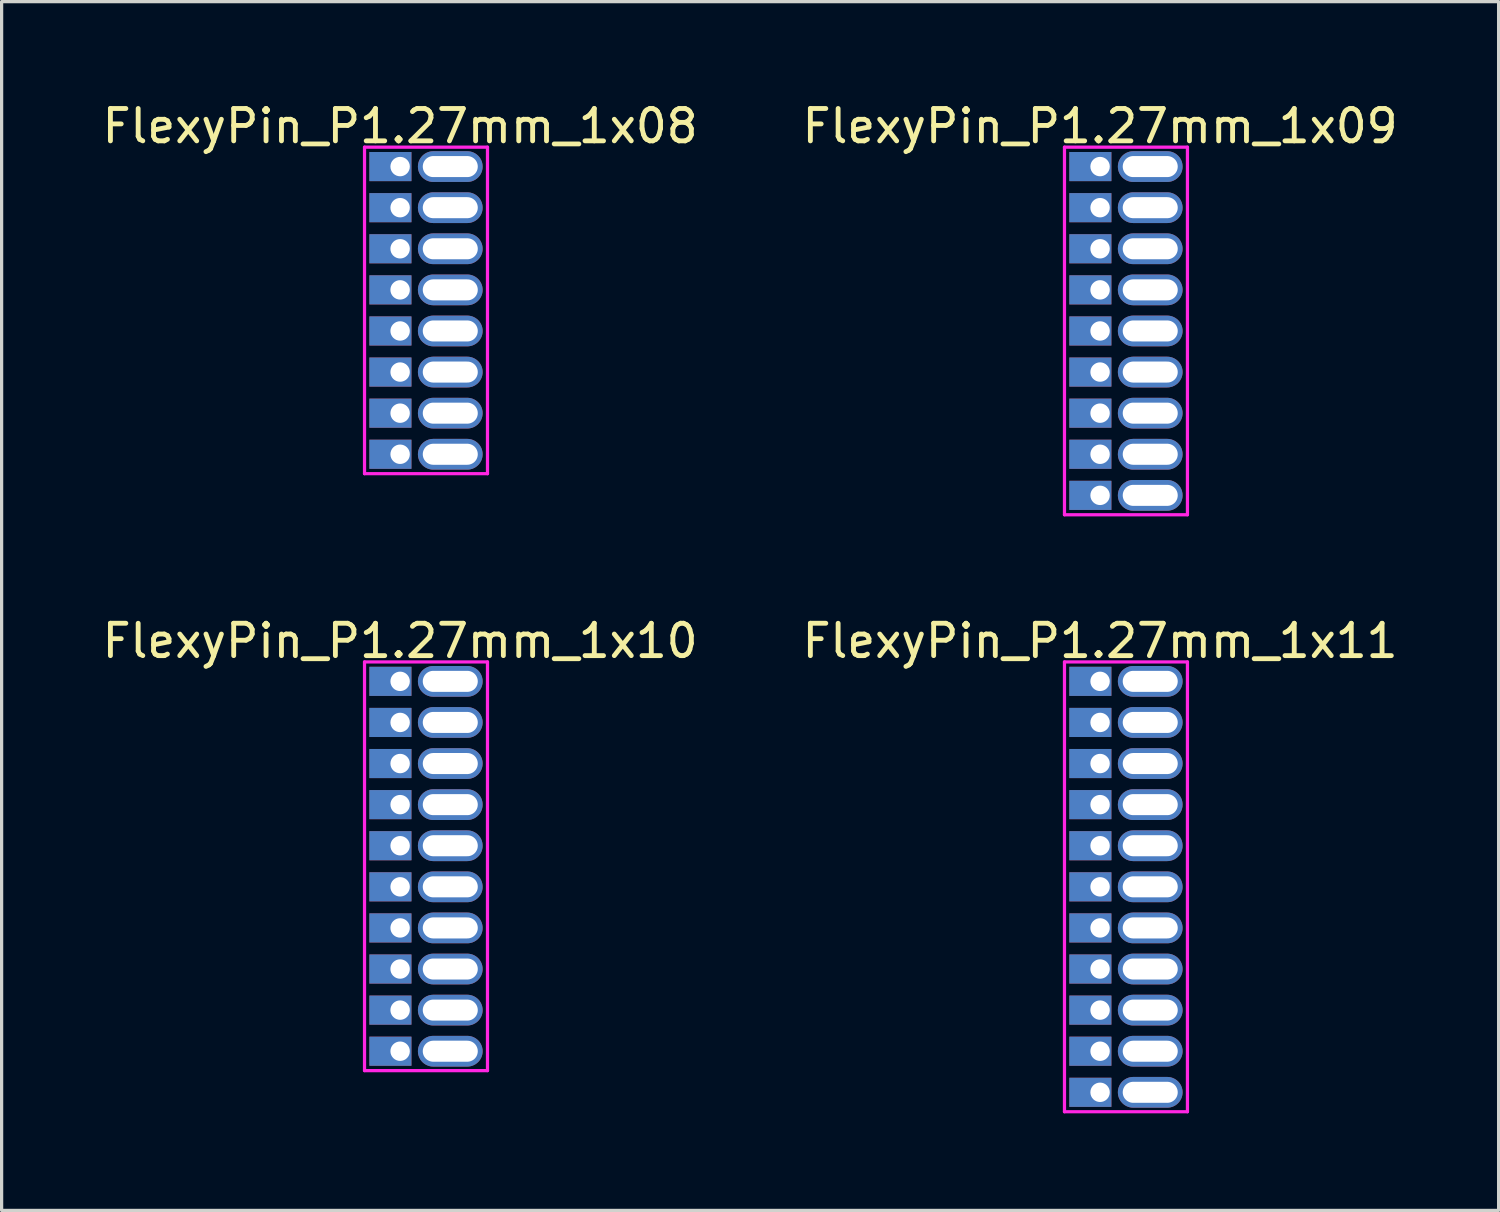
<source format=kicad_pcb>
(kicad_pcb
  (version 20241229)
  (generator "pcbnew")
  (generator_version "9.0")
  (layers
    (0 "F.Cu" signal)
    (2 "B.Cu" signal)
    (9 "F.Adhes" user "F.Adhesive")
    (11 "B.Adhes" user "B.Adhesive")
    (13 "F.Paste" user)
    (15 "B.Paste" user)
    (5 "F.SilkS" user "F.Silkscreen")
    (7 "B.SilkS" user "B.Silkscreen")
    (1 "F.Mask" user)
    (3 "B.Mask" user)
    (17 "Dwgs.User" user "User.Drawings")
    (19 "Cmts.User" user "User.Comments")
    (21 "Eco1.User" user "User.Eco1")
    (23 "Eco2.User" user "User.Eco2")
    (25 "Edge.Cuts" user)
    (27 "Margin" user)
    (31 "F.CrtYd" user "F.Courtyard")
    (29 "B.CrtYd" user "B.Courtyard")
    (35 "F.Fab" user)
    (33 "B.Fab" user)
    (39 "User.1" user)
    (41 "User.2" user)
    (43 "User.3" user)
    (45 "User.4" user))
  (footprint "FlexyPin_P1.27mm_1x10"
    (layer "F.Cu")
    (at 9.315 18.006)
    (property "Reference" "FlexyPin_P1.27mm_1x10" (at 0 -1.25 0) (layer "F.SilkS") (effects (font (size 1 1) (thickness 0.15))))
    (attr through_hole)
    (fp_line (start -1.1 -0.6) (end 2.7 -0.6) (stroke (width 0.1) (type solid)) (layer "F.CrtYd"))
    (fp_line (start -1.1 12.03) (end -1.1 -0.6) (stroke (width 0.1) (type solid)) (layer "F.CrtYd"))
    (fp_line (start 2.7 -0.6) (end 2.7 12.03) (stroke (width 0.1) (type solid)) (layer "F.CrtYd"))
    (fp_line (start 2.7 12.03) (end -1.1 12.03) (stroke (width 0.1) (type solid)) (layer "F.CrtYd"))
    (pad "" thru_hole oval (at 1.55 0) (size 2 0.95) (drill oval 1.7 0.65) (layers "*.Cu" "*.Mask"))
    (pad "" thru_hole oval (at 1.55 1.27) (size 2 0.95) (drill oval 1.7 0.65) (layers "*.Cu" "*.Mask"))
    (pad "" thru_hole oval (at 1.55 2.54) (size 2 0.95) (drill oval 1.7 0.65) (layers "*.Cu" "*.Mask"))
    (pad "" thru_hole oval (at 1.55 3.81) (size 2 0.95) (drill oval 1.7 0.65) (layers "*.Cu" "*.Mask"))
    (pad "" thru_hole oval (at 1.55 5.08) (size 2 0.95) (drill oval 1.7 0.65) (layers "*.Cu" "*.Mask"))
    (pad "" thru_hole oval (at 1.55 6.35) (size 2 0.95) (drill oval 1.7 0.65) (layers "*.Cu" "*.Mask"))
    (pad "" thru_hole oval (at 1.55 7.62) (size 2 0.95) (drill oval 1.7 0.65) (layers "*.Cu" "*.Mask"))
    (pad "" thru_hole oval (at 1.55 8.89) (size 2 0.95) (drill oval 1.7 0.65) (layers "*.Cu" "*.Mask"))
    (pad "" thru_hole oval (at 1.55 10.16) (size 2 0.95) (drill oval 1.7 0.65) (layers "*.Cu" "*.Mask"))
    (pad "" thru_hole oval (at 1.55 11.43) (size 2 0.95) (drill oval 1.7 0.65) (layers "*.Cu" "*.Mask"))
    (pad "1" thru_hole rect (at 0 0) (size 1.3 0.9) (drill 0.6 (offset -0.3 0)) (layers "*.Cu" "*.Mask"))
    (pad "2" thru_hole rect (at 0 1.27) (size 1.3 0.9) (drill 0.6 (offset -0.3 0)) (layers "*.Cu" "*.Mask"))
    (pad "3" thru_hole rect (at 0 2.54) (size 1.3 0.9) (drill 0.6 (offset -0.3 0)) (layers "*.Cu" "*.Mask"))
    (pad "4" thru_hole rect (at 0 3.81) (size 1.3 0.9) (drill 0.6 (offset -0.3 0)) (layers "*.Cu" "*.Mask"))
    (pad "5" thru_hole rect (at 0 5.08) (size 1.3 0.9) (drill 0.6 (offset -0.3 0)) (layers "*.Cu" "*.Mask"))
    (pad "6" thru_hole rect (at 0 6.35) (size 1.3 0.9) (drill 0.6 (offset -0.3 0)) (layers "*.Cu" "*.Mask"))
    (pad "7" thru_hole rect (at 0 7.62) (size 1.3 0.9) (drill 0.6 (offset -0.3 0)) (layers "*.Cu" "*.Mask"))
    (pad "8" thru_hole rect (at 0 8.89) (size 1.3 0.9) (drill 0.6 (offset -0.3 0)) (layers "*.Cu" "*.Mask"))
    (pad "9" thru_hole rect (at 0 10.16) (size 1.3 0.9) (drill 0.6 (offset -0.3 0)) (layers "*.Cu" "*.Mask"))
    (pad "10" thru_hole rect (at 0 11.43) (size 1.3 0.9) (drill 0.6 (offset -0.3 0)) (layers "*.Cu" "*.Mask")))
  (footprint "FlexyPin_P1.27mm_1x08"
    (layer "F.Cu")
    (at 9.315 2.098)
    (property "Reference" "FlexyPin_P1.27mm_1x08" (at 0 -1.25 0) (layer "F.SilkS") (effects (font (size 1 1) (thickness 0.15))))
    (attr through_hole)
    (fp_line (start -1.1 -0.6) (end 2.7 -0.6) (stroke (width 0.1) (type solid)) (layer "F.CrtYd"))
    (fp_line (start -1.1 9.49) (end -1.1 -0.6) (stroke (width 0.1) (type solid)) (layer "F.CrtYd"))
    (fp_line (start 2.7 -0.6) (end 2.7 9.49) (stroke (width 0.1) (type solid)) (layer "F.CrtYd"))
    (fp_line (start 2.7 9.49) (end -1.1 9.49) (stroke (width 0.1) (type solid)) (layer "F.CrtYd"))
    (pad "" thru_hole oval (at 1.55 0) (size 2 0.95) (drill oval 1.7 0.65) (layers "*.Cu" "*.Mask"))
    (pad "" thru_hole oval (at 1.55 1.27) (size 2 0.95) (drill oval 1.7 0.65) (layers "*.Cu" "*.Mask"))
    (pad "" thru_hole oval (at 1.55 2.54) (size 2 0.95) (drill oval 1.7 0.65) (layers "*.Cu" "*.Mask"))
    (pad "" thru_hole oval (at 1.55 3.81) (size 2 0.95) (drill oval 1.7 0.65) (layers "*.Cu" "*.Mask"))
    (pad "" thru_hole oval (at 1.55 5.08) (size 2 0.95) (drill oval 1.7 0.65) (layers "*.Cu" "*.Mask"))
    (pad "" thru_hole oval (at 1.55 6.35) (size 2 0.95) (drill oval 1.7 0.65) (layers "*.Cu" "*.Mask"))
    (pad "" thru_hole oval (at 1.55 7.62) (size 2 0.95) (drill oval 1.7 0.65) (layers "*.Cu" "*.Mask"))
    (pad "" thru_hole oval (at 1.55 8.89) (size 2 0.95) (drill oval 1.7 0.65) (layers "*.Cu" "*.Mask"))
    (pad "1" thru_hole rect (at 0 0) (size 1.3 0.9) (drill 0.6 (offset -0.3 0)) (layers "*.Cu" "*.Mask"))
    (pad "2" thru_hole rect (at 0 1.27) (size 1.3 0.9) (drill 0.6 (offset -0.3 0)) (layers "*.Cu" "*.Mask"))
    (pad "3" thru_hole rect (at 0 2.54) (size 1.3 0.9) (drill 0.6 (offset -0.3 0)) (layers "*.Cu" "*.Mask"))
    (pad "4" thru_hole rect (at 0 3.81) (size 1.3 0.9) (drill 0.6 (offset -0.3 0)) (layers "*.Cu" "*.Mask"))
    (pad "5" thru_hole rect (at 0 5.08) (size 1.3 0.9) (drill 0.6 (offset -0.3 0)) (layers "*.Cu" "*.Mask"))
    (pad "6" thru_hole rect (at 0 6.35) (size 1.3 0.9) (drill 0.6 (offset -0.3 0)) (layers "*.Cu" "*.Mask"))
    (pad "7" thru_hole rect (at 0 7.62) (size 1.3 0.9) (drill 0.6 (offset -0.3 0)) (layers "*.Cu" "*.Mask"))
    (pad "8" thru_hole rect (at 0 8.89) (size 1.3 0.9) (drill 0.6 (offset -0.3 0)) (layers "*.Cu" "*.Mask")))
  (footprint "FlexyPin_P1.27mm_1x09"
    (layer "F.Cu")
    (at 30.946 2.098)
    (property "Reference" "FlexyPin_P1.27mm_1x09" (at 0 -1.25 0) (layer "F.SilkS") (effects (font (size 1 1) (thickness 0.15))))
    (attr through_hole)
    (fp_line (start -1.1 -0.6) (end 2.7 -0.6) (stroke (width 0.1) (type solid)) (layer "F.CrtYd"))
    (fp_line (start -1.1 10.76) (end -1.1 -0.6) (stroke (width 0.1) (type solid)) (layer "F.CrtYd"))
    (fp_line (start 2.7 -0.6) (end 2.7 10.76) (stroke (width 0.1) (type solid)) (layer "F.CrtYd"))
    (fp_line (start 2.7 10.76) (end -1.1 10.76) (stroke (width 0.1) (type solid)) (layer "F.CrtYd"))
    (pad "" thru_hole oval (at 1.55 0) (size 2 0.95) (drill oval 1.7 0.65) (layers "*.Cu" "*.Mask"))
    (pad "" thru_hole oval (at 1.55 1.27) (size 2 0.95) (drill oval 1.7 0.65) (layers "*.Cu" "*.Mask"))
    (pad "" thru_hole oval (at 1.55 2.54) (size 2 0.95) (drill oval 1.7 0.65) (layers "*.Cu" "*.Mask"))
    (pad "" thru_hole oval (at 1.55 3.81) (size 2 0.95) (drill oval 1.7 0.65) (layers "*.Cu" "*.Mask"))
    (pad "" thru_hole oval (at 1.55 5.08) (size 2 0.95) (drill oval 1.7 0.65) (layers "*.Cu" "*.Mask"))
    (pad "" thru_hole oval (at 1.55 6.35) (size 2 0.95) (drill oval 1.7 0.65) (layers "*.Cu" "*.Mask"))
    (pad "" thru_hole oval (at 1.55 7.62) (size 2 0.95) (drill oval 1.7 0.65) (layers "*.Cu" "*.Mask"))
    (pad "" thru_hole oval (at 1.55 8.89) (size 2 0.95) (drill oval 1.7 0.65) (layers "*.Cu" "*.Mask"))
    (pad "" thru_hole oval (at 1.55 10.16) (size 2 0.95) (drill oval 1.7 0.65) (layers "*.Cu" "*.Mask"))
    (pad "1" thru_hole rect (at 0 0) (size 1.3 0.9) (drill 0.6 (offset -0.3 0)) (layers "*.Cu" "*.Mask"))
    (pad "2" thru_hole rect (at 0 1.27) (size 1.3 0.9) (drill 0.6 (offset -0.3 0)) (layers "*.Cu" "*.Mask"))
    (pad "3" thru_hole rect (at 0 2.54) (size 1.3 0.9) (drill 0.6 (offset -0.3 0)) (layers "*.Cu" "*.Mask"))
    (pad "4" thru_hole rect (at 0 3.81) (size 1.3 0.9) (drill 0.6 (offset -0.3 0)) (layers "*.Cu" "*.Mask"))
    (pad "5" thru_hole rect (at 0 5.08) (size 1.3 0.9) (drill 0.6 (offset -0.3 0)) (layers "*.Cu" "*.Mask"))
    (pad "6" thru_hole rect (at 0 6.35) (size 1.3 0.9) (drill 0.6 (offset -0.3 0)) (layers "*.Cu" "*.Mask"))
    (pad "7" thru_hole rect (at 0 7.62) (size 1.3 0.9) (drill 0.6 (offset -0.3 0)) (layers "*.Cu" "*.Mask"))
    (pad "8" thru_hole rect (at 0 8.89) (size 1.3 0.9) (drill 0.6 (offset -0.3 0)) (layers "*.Cu" "*.Mask"))
    (pad "9" thru_hole rect (at 0 10.16) (size 1.3 0.9) (drill 0.6 (offset -0.3 0)) (layers "*.Cu" "*.Mask")))
  (footprint "FlexyPin_P1.27mm_1x11"
    (layer "F.Cu")
    (at 30.946 18.006)
    (property "Reference" "FlexyPin_P1.27mm_1x11" (at 0 -1.25 0) (layer "F.SilkS") (effects (font (size 1 1) (thickness 0.15))))
    (attr through_hole)
    (fp_line (start -1.1 -0.6) (end 2.7 -0.6) (stroke (width 0.1) (type solid)) (layer "F.CrtYd"))
    (fp_line (start -1.1 13.3) (end -1.1 -0.6) (stroke (width 0.1) (type solid)) (layer "F.CrtYd"))
    (fp_line (start 2.7 -0.6) (end 2.7 13.3) (stroke (width 0.1) (type solid)) (layer "F.CrtYd"))
    (fp_line (start 2.7 13.3) (end -1.1 13.3) (stroke (width 0.1) (type solid)) (layer "F.CrtYd"))
    (pad "" thru_hole oval (at 1.55 0) (size 2 0.95) (drill oval 1.7 0.65) (layers "*.Cu" "*.Mask"))
    (pad "" thru_hole oval (at 1.55 1.27) (size 2 0.95) (drill oval 1.7 0.65) (layers "*.Cu" "*.Mask"))
    (pad "" thru_hole oval (at 1.55 2.54) (size 2 0.95) (drill oval 1.7 0.65) (layers "*.Cu" "*.Mask"))
    (pad "" thru_hole oval (at 1.55 3.81) (size 2 0.95) (drill oval 1.7 0.65) (layers "*.Cu" "*.Mask"))
    (pad "" thru_hole oval (at 1.55 5.08) (size 2 0.95) (drill oval 1.7 0.65) (layers "*.Cu" "*.Mask"))
    (pad "" thru_hole oval (at 1.55 6.35) (size 2 0.95) (drill oval 1.7 0.65) (layers "*.Cu" "*.Mask"))
    (pad "" thru_hole oval (at 1.55 7.62) (size 2 0.95) (drill oval 1.7 0.65) (layers "*.Cu" "*.Mask"))
    (pad "" thru_hole oval (at 1.55 8.89) (size 2 0.95) (drill oval 1.7 0.65) (layers "*.Cu" "*.Mask"))
    (pad "" thru_hole oval (at 1.55 10.16) (size 2 0.95) (drill oval 1.7 0.65) (layers "*.Cu" "*.Mask"))
    (pad "" thru_hole oval (at 1.55 11.43) (size 2 0.95) (drill oval 1.7 0.65) (layers "*.Cu" "*.Mask"))
    (pad "" thru_hole oval (at 1.55 12.7) (size 2 0.95) (drill oval 1.7 0.65) (layers "*.Cu" "*.Mask"))
    (pad "1" thru_hole rect (at 0 0) (size 1.3 0.9) (drill 0.6 (offset -0.3 0)) (layers "*.Cu" "*.Mask"))
    (pad "2" thru_hole rect (at 0 1.27) (size 1.3 0.9) (drill 0.6 (offset -0.3 0)) (layers "*.Cu" "*.Mask"))
    (pad "3" thru_hole rect (at 0 2.54) (size 1.3 0.9) (drill 0.6 (offset -0.3 0)) (layers "*.Cu" "*.Mask"))
    (pad "4" thru_hole rect (at 0 3.81) (size 1.3 0.9) (drill 0.6 (offset -0.3 0)) (layers "*.Cu" "*.Mask"))
    (pad "5" thru_hole rect (at 0 5.08) (size 1.3 0.9) (drill 0.6 (offset -0.3 0)) (layers "*.Cu" "*.Mask"))
    (pad "6" thru_hole rect (at 0 6.35) (size 1.3 0.9) (drill 0.6 (offset -0.3 0)) (layers "*.Cu" "*.Mask"))
    (pad "7" thru_hole rect (at 0 7.62) (size 1.3 0.9) (drill 0.6 (offset -0.3 0)) (layers "*.Cu" "*.Mask"))
    (pad "8" thru_hole rect (at 0 8.89) (size 1.3 0.9) (drill 0.6 (offset -0.3 0)) (layers "*.Cu" "*.Mask"))
    (pad "9" thru_hole rect (at 0 10.16) (size 1.3 0.9) (drill 0.6 (offset -0.3 0)) (layers "*.Cu" "*.Mask"))
    (pad "10" thru_hole rect (at 0 11.43) (size 1.3 0.9) (drill 0.6 (offset -0.3 0)) (layers "*.Cu" "*.Mask"))
    (pad "11" thru_hole rect (at 0 12.7) (size 1.3 0.9) (drill 0.6 (offset -0.3 0)) (layers "*.Cu" "*.Mask")))
  (gr_rect
    (start -3 -3)
    (end 43.262 34.356)
    (stroke (width 0.1) (type default))
    (fill no)
    (layer "Edge.Cuts")))
</source>
